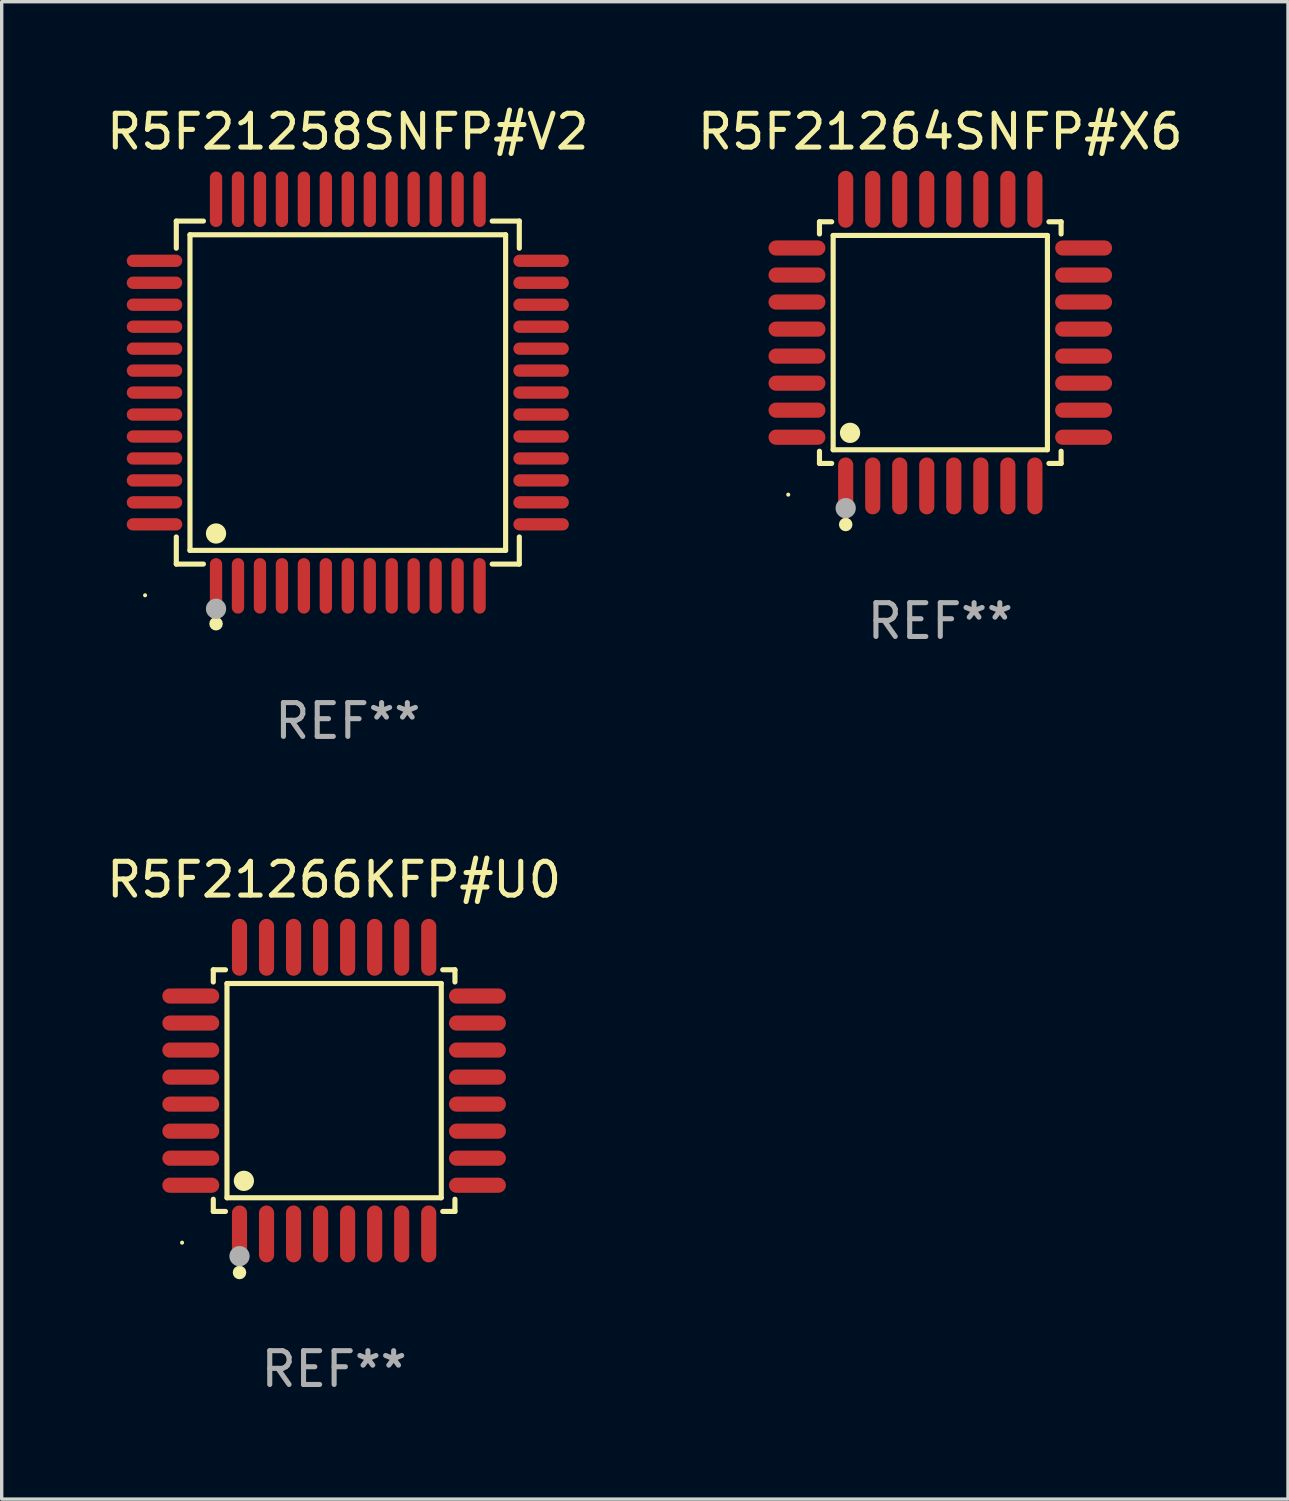
<source format=kicad_pcb>
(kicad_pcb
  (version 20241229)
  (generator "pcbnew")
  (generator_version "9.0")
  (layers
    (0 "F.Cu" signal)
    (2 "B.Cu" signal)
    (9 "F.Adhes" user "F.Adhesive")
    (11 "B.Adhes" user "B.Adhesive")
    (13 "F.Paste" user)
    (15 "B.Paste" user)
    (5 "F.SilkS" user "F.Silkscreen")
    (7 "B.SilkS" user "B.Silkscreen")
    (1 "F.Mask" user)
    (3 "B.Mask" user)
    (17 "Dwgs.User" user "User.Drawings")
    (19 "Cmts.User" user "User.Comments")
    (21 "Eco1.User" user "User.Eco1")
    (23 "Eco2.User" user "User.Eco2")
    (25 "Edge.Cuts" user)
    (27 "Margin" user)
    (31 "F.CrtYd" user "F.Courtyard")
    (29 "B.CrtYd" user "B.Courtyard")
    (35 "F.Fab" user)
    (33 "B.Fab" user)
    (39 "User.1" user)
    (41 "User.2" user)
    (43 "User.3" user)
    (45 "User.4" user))
  (footprint "R5F21266KFP#U0"
    (layer "F.Cu")
    (at 6.839 29.229)
    (property "Reference" "R5F21266KFP#U0" (at 0 -6.242 0) (layer "F.SilkS") (effects (font (size 1 1) (thickness 0.15))))
    (attr through_hole)
    (fp_line (start -3.576 -3.576) (end -3.215 -3.576) (stroke (width 0.152) (type solid)) (layer "F.SilkS"))
    (fp_line (start -3.576 -3.215) (end -3.576 -3.576) (stroke (width 0.152) (type solid)) (layer "F.SilkS"))
    (fp_line (start -3.576 3.215) (end -3.576 3.576) (stroke (width 0.152) (type solid)) (layer "F.SilkS"))
    (fp_line (start -3.576 3.576) (end -3.215 3.576) (stroke (width 0.152) (type solid)) (layer "F.SilkS"))
    (fp_line (start -3.171 -3.171) (end 3.171 -3.171) (stroke (width 0.152) (type solid)) (layer "F.SilkS"))
    (fp_line (start -3.171 3.171) (end -3.171 -3.171) (stroke (width 0.152) (type solid)) (layer "F.SilkS"))
    (fp_line (start 3.171 -3.171) (end 3.171 3.171) (stroke (width 0.152) (type solid)) (layer "F.SilkS"))
    (fp_line (start 3.171 3.171) (end -3.171 3.171) (stroke (width 0.152) (type solid)) (layer "F.SilkS"))
    (fp_line (start 3.576 -3.576) (end 3.215 -3.576) (stroke (width 0.152) (type solid)) (layer "F.SilkS"))
    (fp_line (start 3.576 -3.215) (end 3.576 -3.576) (stroke (width 0.152) (type solid)) (layer "F.SilkS"))
    (fp_line (start 3.576 3.215) (end 3.576 3.576) (stroke (width 0.152) (type solid)) (layer "F.SilkS"))
    (fp_line (start 3.576 3.576) (end 3.215 3.576) (stroke (width 0.152) (type solid)) (layer "F.SilkS"))
    (fp_circle (center -4.5 4.5) (end -4.47 4.5) (stroke (width 0.06) (type solid)) (fill no) (layer "F.SilkS"))
    (fp_circle (center -2.8 5.384) (end -2.7 5.384) (stroke (width 0.2) (type solid)) (fill no) (layer "F.SilkS"))
    (fp_circle (center -2.671 2.671) (end -2.521 2.671) (stroke (width 0.3) (type solid)) (fill no) (layer "F.SilkS"))
    (fp_circle (center -2.8 4.9) (end -2.65 4.9) (stroke (width 0.3) (type solid)) (fill no) (layer "F.Fab"))
    (fp_text user "REF**" (at 0 8.242 0) (layer "F.Fab") (effects (font (size 1 1) (thickness 0.15))))
    (pad "1" smd oval (at -2.8 4.242) (size 0.448 1.684) (layers "F.Cu" "F.Mask" "F.Paste"))
    (pad "2" smd oval (at -2 4.242) (size 0.448 1.684) (layers "F.Cu" "F.Mask" "F.Paste"))
    (pad "3" smd oval (at -1.2 4.242) (size 0.448 1.684) (layers "F.Cu" "F.Mask" "F.Paste"))
    (pad "4" smd oval (at -0.4 4.242) (size 0.448 1.684) (layers "F.Cu" "F.Mask" "F.Paste"))
    (pad "5" smd oval (at 0.4 4.242) (size 0.448 1.684) (layers "F.Cu" "F.Mask" "F.Paste"))
    (pad "6" smd oval (at 1.2 4.242) (size 0.448 1.684) (layers "F.Cu" "F.Mask" "F.Paste"))
    (pad "7" smd oval (at 2 4.242) (size 0.448 1.684) (layers "F.Cu" "F.Mask" "F.Paste"))
    (pad "8" smd oval (at 2.8 4.242) (size 0.448 1.684) (layers "F.Cu" "F.Mask" "F.Paste"))
    (pad "9" smd oval (at 4.242 2.8) (size 1.684 0.448) (layers "F.Cu" "F.Mask" "F.Paste"))
    (pad "10" smd oval (at 4.242 2) (size 1.684 0.448) (layers "F.Cu" "F.Mask" "F.Paste"))
    (pad "11" smd oval (at 4.242 1.2) (size 1.684 0.448) (layers "F.Cu" "F.Mask" "F.Paste"))
    (pad "12" smd oval (at 4.242 0.4) (size 1.684 0.448) (layers "F.Cu" "F.Mask" "F.Paste"))
    (pad "13" smd oval (at 4.242 -0.4) (size 1.684 0.448) (layers "F.Cu" "F.Mask" "F.Paste"))
    (pad "14" smd oval (at 4.242 -1.2) (size 1.684 0.448) (layers "F.Cu" "F.Mask" "F.Paste"))
    (pad "15" smd oval (at 4.242 -2) (size 1.684 0.448) (layers "F.Cu" "F.Mask" "F.Paste"))
    (pad "16" smd oval (at 4.242 -2.8) (size 1.684 0.448) (layers "F.Cu" "F.Mask" "F.Paste"))
    (pad "17" smd oval (at 2.8 -4.242) (size 0.448 1.684) (layers "F.Cu" "F.Mask" "F.Paste"))
    (pad "18" smd oval (at 2 -4.242) (size 0.448 1.684) (layers "F.Cu" "F.Mask" "F.Paste"))
    (pad "19" smd oval (at 1.2 -4.242) (size 0.448 1.684) (layers "F.Cu" "F.Mask" "F.Paste"))
    (pad "20" smd oval (at 0.4 -4.242) (size 0.448 1.684) (layers "F.Cu" "F.Mask" "F.Paste"))
    (pad "21" smd oval (at -0.4 -4.242) (size 0.448 1.684) (layers "F.Cu" "F.Mask" "F.Paste"))
    (pad "22" smd oval (at -1.2 -4.242) (size 0.448 1.684) (layers "F.Cu" "F.Mask" "F.Paste"))
    (pad "23" smd oval (at -2 -4.242) (size 0.448 1.684) (layers "F.Cu" "F.Mask" "F.Paste"))
    (pad "24" smd oval (at -2.8 -4.242) (size 0.448 1.684) (layers "F.Cu" "F.Mask" "F.Paste"))
    (pad "25" smd oval (at -4.242 -2.8) (size 1.684 0.448) (layers "F.Cu" "F.Mask" "F.Paste"))
    (pad "26" smd oval (at -4.242 -2) (size 1.684 0.448) (layers "F.Cu" "F.Mask" "F.Paste"))
    (pad "27" smd oval (at -4.242 -1.2) (size 1.684 0.448) (layers "F.Cu" "F.Mask" "F.Paste"))
    (pad "28" smd oval (at -4.242 -0.4) (size 1.684 0.448) (layers "F.Cu" "F.Mask" "F.Paste"))
    (pad "29" smd oval (at -4.242 0.4) (size 1.684 0.448) (layers "F.Cu" "F.Mask" "F.Paste"))
    (pad "30" smd oval (at -4.242 1.2) (size 1.684 0.448) (layers "F.Cu" "F.Mask" "F.Paste"))
    (pad "31" smd oval (at -4.242 2) (size 1.684 0.448) (layers "F.Cu" "F.Mask" "F.Paste"))
    (pad "32" smd oval (at -4.242 2.8) (size 1.684 0.448) (layers "F.Cu" "F.Mask" "F.Paste")))
  (footprint "R5F21258SNFP#V2"
    (layer "F.Cu")
    (at 7.244 8.569)
    (property "Reference" "R5F21258SNFP#V2" (at 0 -7.721 0) (layer "F.SilkS") (effects (font (size 1 1) (thickness 0.15))))
    (attr through_hole)
    (fp_line (start -5.076 -5.076) (end -4.273 -5.076) (stroke (width 0.152) (type solid)) (layer "F.SilkS"))
    (fp_line (start -5.076 -4.273) (end -5.076 -5.076) (stroke (width 0.152) (type solid)) (layer "F.SilkS"))
    (fp_line (start -5.076 4.273) (end -5.076 5.076) (stroke (width 0.152) (type solid)) (layer "F.SilkS"))
    (fp_line (start -5.076 5.076) (end -4.273 5.076) (stroke (width 0.152) (type solid)) (layer "F.SilkS"))
    (fp_line (start -4.671 -4.671) (end 4.671 -4.671) (stroke (width 0.152) (type solid)) (layer "F.SilkS"))
    (fp_line (start -4.671 4.671) (end -4.671 -4.671) (stroke (width 0.152) (type solid)) (layer "F.SilkS"))
    (fp_line (start 4.671 -4.671) (end 4.671 4.671) (stroke (width 0.152) (type solid)) (layer "F.SilkS"))
    (fp_line (start 4.671 4.671) (end -4.671 4.671) (stroke (width 0.152) (type solid)) (layer "F.SilkS"))
    (fp_line (start 5.076 -5.076) (end 4.273 -5.076) (stroke (width 0.152) (type solid)) (layer "F.SilkS"))
    (fp_line (start 5.076 -4.273) (end 5.076 -5.076) (stroke (width 0.152) (type solid)) (layer "F.SilkS"))
    (fp_line (start 5.076 4.273) (end 5.076 5.076) (stroke (width 0.152) (type solid)) (layer "F.SilkS"))
    (fp_line (start 5.076 5.076) (end 4.273 5.076) (stroke (width 0.152) (type solid)) (layer "F.SilkS"))
    (fp_circle (center -6 6) (end -5.97 6) (stroke (width 0.06) (type solid)) (fill no) (layer "F.SilkS"))
    (fp_circle (center -3.9 4.171) (end -3.75 4.171) (stroke (width 0.3) (type solid)) (fill no) (layer "F.SilkS"))
    (fp_circle (center -3.9 6.842) (end -3.8 6.842) (stroke (width 0.2) (type solid)) (fill no) (layer "F.SilkS"))
    (fp_circle (center -3.9 6.4) (end -3.75 6.4) (stroke (width 0.3) (type solid)) (fill no) (layer "F.Fab"))
    (fp_text user "REF**" (at 0 9.721 0) (layer "F.Fab") (effects (font (size 1 1) (thickness 0.15))))
    (pad "1" smd oval (at -3.9 5.721) (size 0.364 1.642) (layers "F.Cu" "F.Mask" "F.Paste"))
    (pad "2" smd oval (at -3.25 5.721) (size 0.364 1.642) (layers "F.Cu" "F.Mask" "F.Paste"))
    (pad "3" smd oval (at -2.6 5.721) (size 0.364 1.642) (layers "F.Cu" "F.Mask" "F.Paste"))
    (pad "4" smd oval (at -1.95 5.721) (size 0.364 1.642) (layers "F.Cu" "F.Mask" "F.Paste"))
    (pad "5" smd oval (at -1.3 5.721) (size 0.364 1.642) (layers "F.Cu" "F.Mask" "F.Paste"))
    (pad "6" smd oval (at -0.65 5.721) (size 0.364 1.642) (layers "F.Cu" "F.Mask" "F.Paste"))
    (pad "7" smd oval (at 0 5.721) (size 0.364 1.642) (layers "F.Cu" "F.Mask" "F.Paste"))
    (pad "8" smd oval (at 0.65 5.721) (size 0.364 1.642) (layers "F.Cu" "F.Mask" "F.Paste"))
    (pad "9" smd oval (at 1.3 5.721) (size 0.364 1.642) (layers "F.Cu" "F.Mask" "F.Paste"))
    (pad "10" smd oval (at 1.95 5.721) (size 0.364 1.642) (layers "F.Cu" "F.Mask" "F.Paste"))
    (pad "11" smd oval (at 2.6 5.721) (size 0.364 1.642) (layers "F.Cu" "F.Mask" "F.Paste"))
    (pad "12" smd oval (at 3.25 5.721) (size 0.364 1.642) (layers "F.Cu" "F.Mask" "F.Paste"))
    (pad "13" smd oval (at 3.9 5.721) (size 0.364 1.642) (layers "F.Cu" "F.Mask" "F.Paste"))
    (pad "14" smd oval (at 5.721 3.9) (size 1.642 0.364) (layers "F.Cu" "F.Mask" "F.Paste"))
    (pad "15" smd oval (at 5.721 3.25) (size 1.642 0.364) (layers "F.Cu" "F.Mask" "F.Paste"))
    (pad "16" smd oval (at 5.721 2.6) (size 1.642 0.364) (layers "F.Cu" "F.Mask" "F.Paste"))
    (pad "17" smd oval (at 5.721 1.95) (size 1.642 0.364) (layers "F.Cu" "F.Mask" "F.Paste"))
    (pad "18" smd oval (at 5.721 1.3) (size 1.642 0.364) (layers "F.Cu" "F.Mask" "F.Paste"))
    (pad "19" smd oval (at 5.721 0.65) (size 1.642 0.364) (layers "F.Cu" "F.Mask" "F.Paste"))
    (pad "20" smd oval (at 5.721 0) (size 1.642 0.364) (layers "F.Cu" "F.Mask" "F.Paste"))
    (pad "21" smd oval (at 5.721 -0.65) (size 1.642 0.364) (layers "F.Cu" "F.Mask" "F.Paste"))
    (pad "22" smd oval (at 5.721 -1.3) (size 1.642 0.364) (layers "F.Cu" "F.Mask" "F.Paste"))
    (pad "23" smd oval (at 5.721 -1.95) (size 1.642 0.364) (layers "F.Cu" "F.Mask" "F.Paste"))
    (pad "24" smd oval (at 5.721 -2.6) (size 1.642 0.364) (layers "F.Cu" "F.Mask" "F.Paste"))
    (pad "25" smd oval (at 5.721 -3.25) (size 1.642 0.364) (layers "F.Cu" "F.Mask" "F.Paste"))
    (pad "26" smd oval (at 5.721 -3.9) (size 1.642 0.364) (layers "F.Cu" "F.Mask" "F.Paste"))
    (pad "27" smd oval (at 3.9 -5.721) (size 0.364 1.642) (layers "F.Cu" "F.Mask" "F.Paste"))
    (pad "28" smd oval (at 3.25 -5.721) (size 0.364 1.642) (layers "F.Cu" "F.Mask" "F.Paste"))
    (pad "29" smd oval (at 2.6 -5.721) (size 0.364 1.642) (layers "F.Cu" "F.Mask" "F.Paste"))
    (pad "30" smd oval (at 1.95 -5.721) (size 0.364 1.642) (layers "F.Cu" "F.Mask" "F.Paste"))
    (pad "31" smd oval (at 1.3 -5.721) (size 0.364 1.642) (layers "F.Cu" "F.Mask" "F.Paste"))
    (pad "32" smd oval (at 0.65 -5.721) (size 0.364 1.642) (layers "F.Cu" "F.Mask" "F.Paste"))
    (pad "33" smd oval (at 0 -5.721) (size 0.364 1.642) (layers "F.Cu" "F.Mask" "F.Paste"))
    (pad "34" smd oval (at -0.65 -5.721) (size 0.364 1.642) (layers "F.Cu" "F.Mask" "F.Paste"))
    (pad "35" smd oval (at -1.3 -5.721) (size 0.364 1.642) (layers "F.Cu" "F.Mask" "F.Paste"))
    (pad "36" smd oval (at -1.95 -5.721) (size 0.364 1.642) (layers "F.Cu" "F.Mask" "F.Paste"))
    (pad "37" smd oval (at -2.6 -5.721) (size 0.364 1.642) (layers "F.Cu" "F.Mask" "F.Paste"))
    (pad "38" smd oval (at -3.25 -5.721) (size 0.364 1.642) (layers "F.Cu" "F.Mask" "F.Paste"))
    (pad "39" smd oval (at -3.9 -5.721) (size 0.364 1.642) (layers "F.Cu" "F.Mask" "F.Paste"))
    (pad "40" smd oval (at -5.721 -3.9) (size 1.642 0.364) (layers "F.Cu" "F.Mask" "F.Paste"))
    (pad "41" smd oval (at -5.721 -3.25) (size 1.642 0.364) (layers "F.Cu" "F.Mask" "F.Paste"))
    (pad "42" smd oval (at -5.721 -2.6) (size 1.642 0.364) (layers "F.Cu" "F.Mask" "F.Paste"))
    (pad "43" smd oval (at -5.721 -1.95) (size 1.642 0.364) (layers "F.Cu" "F.Mask" "F.Paste"))
    (pad "44" smd oval (at -5.721 -1.3) (size 1.642 0.364) (layers "F.Cu" "F.Mask" "F.Paste"))
    (pad "45" smd oval (at -5.721 -0.65) (size 1.642 0.364) (layers "F.Cu" "F.Mask" "F.Paste"))
    (pad "46" smd oval (at -5.721 0) (size 1.642 0.364) (layers "F.Cu" "F.Mask" "F.Paste"))
    (pad "47" smd oval (at -5.721 0.65) (size 1.642 0.364) (layers "F.Cu" "F.Mask" "F.Paste"))
    (pad "48" smd oval (at -5.721 1.3) (size 1.642 0.364) (layers "F.Cu" "F.Mask" "F.Paste"))
    (pad "49" smd oval (at -5.721 1.95) (size 1.642 0.364) (layers "F.Cu" "F.Mask" "F.Paste"))
    (pad "50" smd oval (at -5.721 2.6) (size 1.642 0.364) (layers "F.Cu" "F.Mask" "F.Paste"))
    (pad "51" smd oval (at -5.721 3.25) (size 1.642 0.364) (layers "F.Cu" "F.Mask" "F.Paste"))
    (pad "52" smd oval (at -5.721 3.9) (size 1.642 0.364) (layers "F.Cu" "F.Mask" "F.Paste")))
  (footprint "R5F21264SNFP#X6"
    (layer "F.Cu")
    (at 24.78 7.09)
    (property "Reference" "R5F21264SNFP#X6" (at 0 -6.242 0) (layer "F.SilkS") (effects (font (size 1 1) (thickness 0.15))))
    (attr through_hole)
    (fp_line (start -3.576 -3.576) (end -3.215 -3.576) (stroke (width 0.152) (type solid)) (layer "F.SilkS"))
    (fp_line (start -3.576 -3.215) (end -3.576 -3.576) (stroke (width 0.152) (type solid)) (layer "F.SilkS"))
    (fp_line (start -3.576 3.215) (end -3.576 3.576) (stroke (width 0.152) (type solid)) (layer "F.SilkS"))
    (fp_line (start -3.576 3.576) (end -3.215 3.576) (stroke (width 0.152) (type solid)) (layer "F.SilkS"))
    (fp_line (start -3.171 -3.171) (end 3.171 -3.171) (stroke (width 0.152) (type solid)) (layer "F.SilkS"))
    (fp_line (start -3.171 3.171) (end -3.171 -3.171) (stroke (width 0.152) (type solid)) (layer "F.SilkS"))
    (fp_line (start 3.171 -3.171) (end 3.171 3.171) (stroke (width 0.152) (type solid)) (layer "F.SilkS"))
    (fp_line (start 3.171 3.171) (end -3.171 3.171) (stroke (width 0.152) (type solid)) (layer "F.SilkS"))
    (fp_line (start 3.576 -3.576) (end 3.215 -3.576) (stroke (width 0.152) (type solid)) (layer "F.SilkS"))
    (fp_line (start 3.576 -3.215) (end 3.576 -3.576) (stroke (width 0.152) (type solid)) (layer "F.SilkS"))
    (fp_line (start 3.576 3.215) (end 3.576 3.576) (stroke (width 0.152) (type solid)) (layer "F.SilkS"))
    (fp_line (start 3.576 3.576) (end 3.215 3.576) (stroke (width 0.152) (type solid)) (layer "F.SilkS"))
    (fp_circle (center -4.5 4.5) (end -4.47 4.5) (stroke (width 0.06) (type solid)) (fill no) (layer "F.SilkS"))
    (fp_circle (center -2.8 5.384) (end -2.7 5.384) (stroke (width 0.2) (type solid)) (fill no) (layer "F.SilkS"))
    (fp_circle (center -2.671 2.671) (end -2.521 2.671) (stroke (width 0.3) (type solid)) (fill no) (layer "F.SilkS"))
    (fp_circle (center -2.8 4.9) (end -2.65 4.9) (stroke (width 0.3) (type solid)) (fill no) (layer "F.Fab"))
    (fp_text user "REF**" (at 0 8.242 0) (layer "F.Fab") (effects (font (size 1 1) (thickness 0.15))))
    (pad "1" smd oval (at -2.8 4.242) (size 0.448 1.684) (layers "F.Cu" "F.Mask" "F.Paste"))
    (pad "2" smd oval (at -2 4.242) (size 0.448 1.684) (layers "F.Cu" "F.Mask" "F.Paste"))
    (pad "3" smd oval (at -1.2 4.242) (size 0.448 1.684) (layers "F.Cu" "F.Mask" "F.Paste"))
    (pad "4" smd oval (at -0.4 4.242) (size 0.448 1.684) (layers "F.Cu" "F.Mask" "F.Paste"))
    (pad "5" smd oval (at 0.4 4.242) (size 0.448 1.684) (layers "F.Cu" "F.Mask" "F.Paste"))
    (pad "6" smd oval (at 1.2 4.242) (size 0.448 1.684) (layers "F.Cu" "F.Mask" "F.Paste"))
    (pad "7" smd oval (at 2 4.242) (size 0.448 1.684) (layers "F.Cu" "F.Mask" "F.Paste"))
    (pad "8" smd oval (at 2.8 4.242) (size 0.448 1.684) (layers "F.Cu" "F.Mask" "F.Paste"))
    (pad "9" smd oval (at 4.242 2.8) (size 1.684 0.448) (layers "F.Cu" "F.Mask" "F.Paste"))
    (pad "10" smd oval (at 4.242 2) (size 1.684 0.448) (layers "F.Cu" "F.Mask" "F.Paste"))
    (pad "11" smd oval (at 4.242 1.2) (size 1.684 0.448) (layers "F.Cu" "F.Mask" "F.Paste"))
    (pad "12" smd oval (at 4.242 0.4) (size 1.684 0.448) (layers "F.Cu" "F.Mask" "F.Paste"))
    (pad "13" smd oval (at 4.242 -0.4) (size 1.684 0.448) (layers "F.Cu" "F.Mask" "F.Paste"))
    (pad "14" smd oval (at 4.242 -1.2) (size 1.684 0.448) (layers "F.Cu" "F.Mask" "F.Paste"))
    (pad "15" smd oval (at 4.242 -2) (size 1.684 0.448) (layers "F.Cu" "F.Mask" "F.Paste"))
    (pad "16" smd oval (at 4.242 -2.8) (size 1.684 0.448) (layers "F.Cu" "F.Mask" "F.Paste"))
    (pad "17" smd oval (at 2.8 -4.242) (size 0.448 1.684) (layers "F.Cu" "F.Mask" "F.Paste"))
    (pad "18" smd oval (at 2 -4.242) (size 0.448 1.684) (layers "F.Cu" "F.Mask" "F.Paste"))
    (pad "19" smd oval (at 1.2 -4.242) (size 0.448 1.684) (layers "F.Cu" "F.Mask" "F.Paste"))
    (pad "20" smd oval (at 0.4 -4.242) (size 0.448 1.684) (layers "F.Cu" "F.Mask" "F.Paste"))
    (pad "21" smd oval (at -0.4 -4.242) (size 0.448 1.684) (layers "F.Cu" "F.Mask" "F.Paste"))
    (pad "22" smd oval (at -1.2 -4.242) (size 0.448 1.684) (layers "F.Cu" "F.Mask" "F.Paste"))
    (pad "23" smd oval (at -2 -4.242) (size 0.448 1.684) (layers "F.Cu" "F.Mask" "F.Paste"))
    (pad "24" smd oval (at -2.8 -4.242) (size 0.448 1.684) (layers "F.Cu" "F.Mask" "F.Paste"))
    (pad "25" smd oval (at -4.242 -2.8) (size 1.684 0.448) (layers "F.Cu" "F.Mask" "F.Paste"))
    (pad "26" smd oval (at -4.242 -2) (size 1.684 0.448) (layers "F.Cu" "F.Mask" "F.Paste"))
    (pad "27" smd oval (at -4.242 -1.2) (size 1.684 0.448) (layers "F.Cu" "F.Mask" "F.Paste"))
    (pad "28" smd oval (at -4.242 -0.4) (size 1.684 0.448) (layers "F.Cu" "F.Mask" "F.Paste"))
    (pad "29" smd oval (at -4.242 0.4) (size 1.684 0.448) (layers "F.Cu" "F.Mask" "F.Paste"))
    (pad "30" smd oval (at -4.242 1.2) (size 1.684 0.448) (layers "F.Cu" "F.Mask" "F.Paste"))
    (pad "31" smd oval (at -4.242 2) (size 1.684 0.448) (layers "F.Cu" "F.Mask" "F.Paste"))
    (pad "32" smd oval (at -4.242 2.8) (size 1.684 0.448) (layers "F.Cu" "F.Mask" "F.Paste")))
  (gr_rect
    (start -3 -3)
    (end 35.071 41.319)
    (stroke (width 0.1) (type default))
    (fill no)
    (layer "Edge.Cuts")))
</source>
